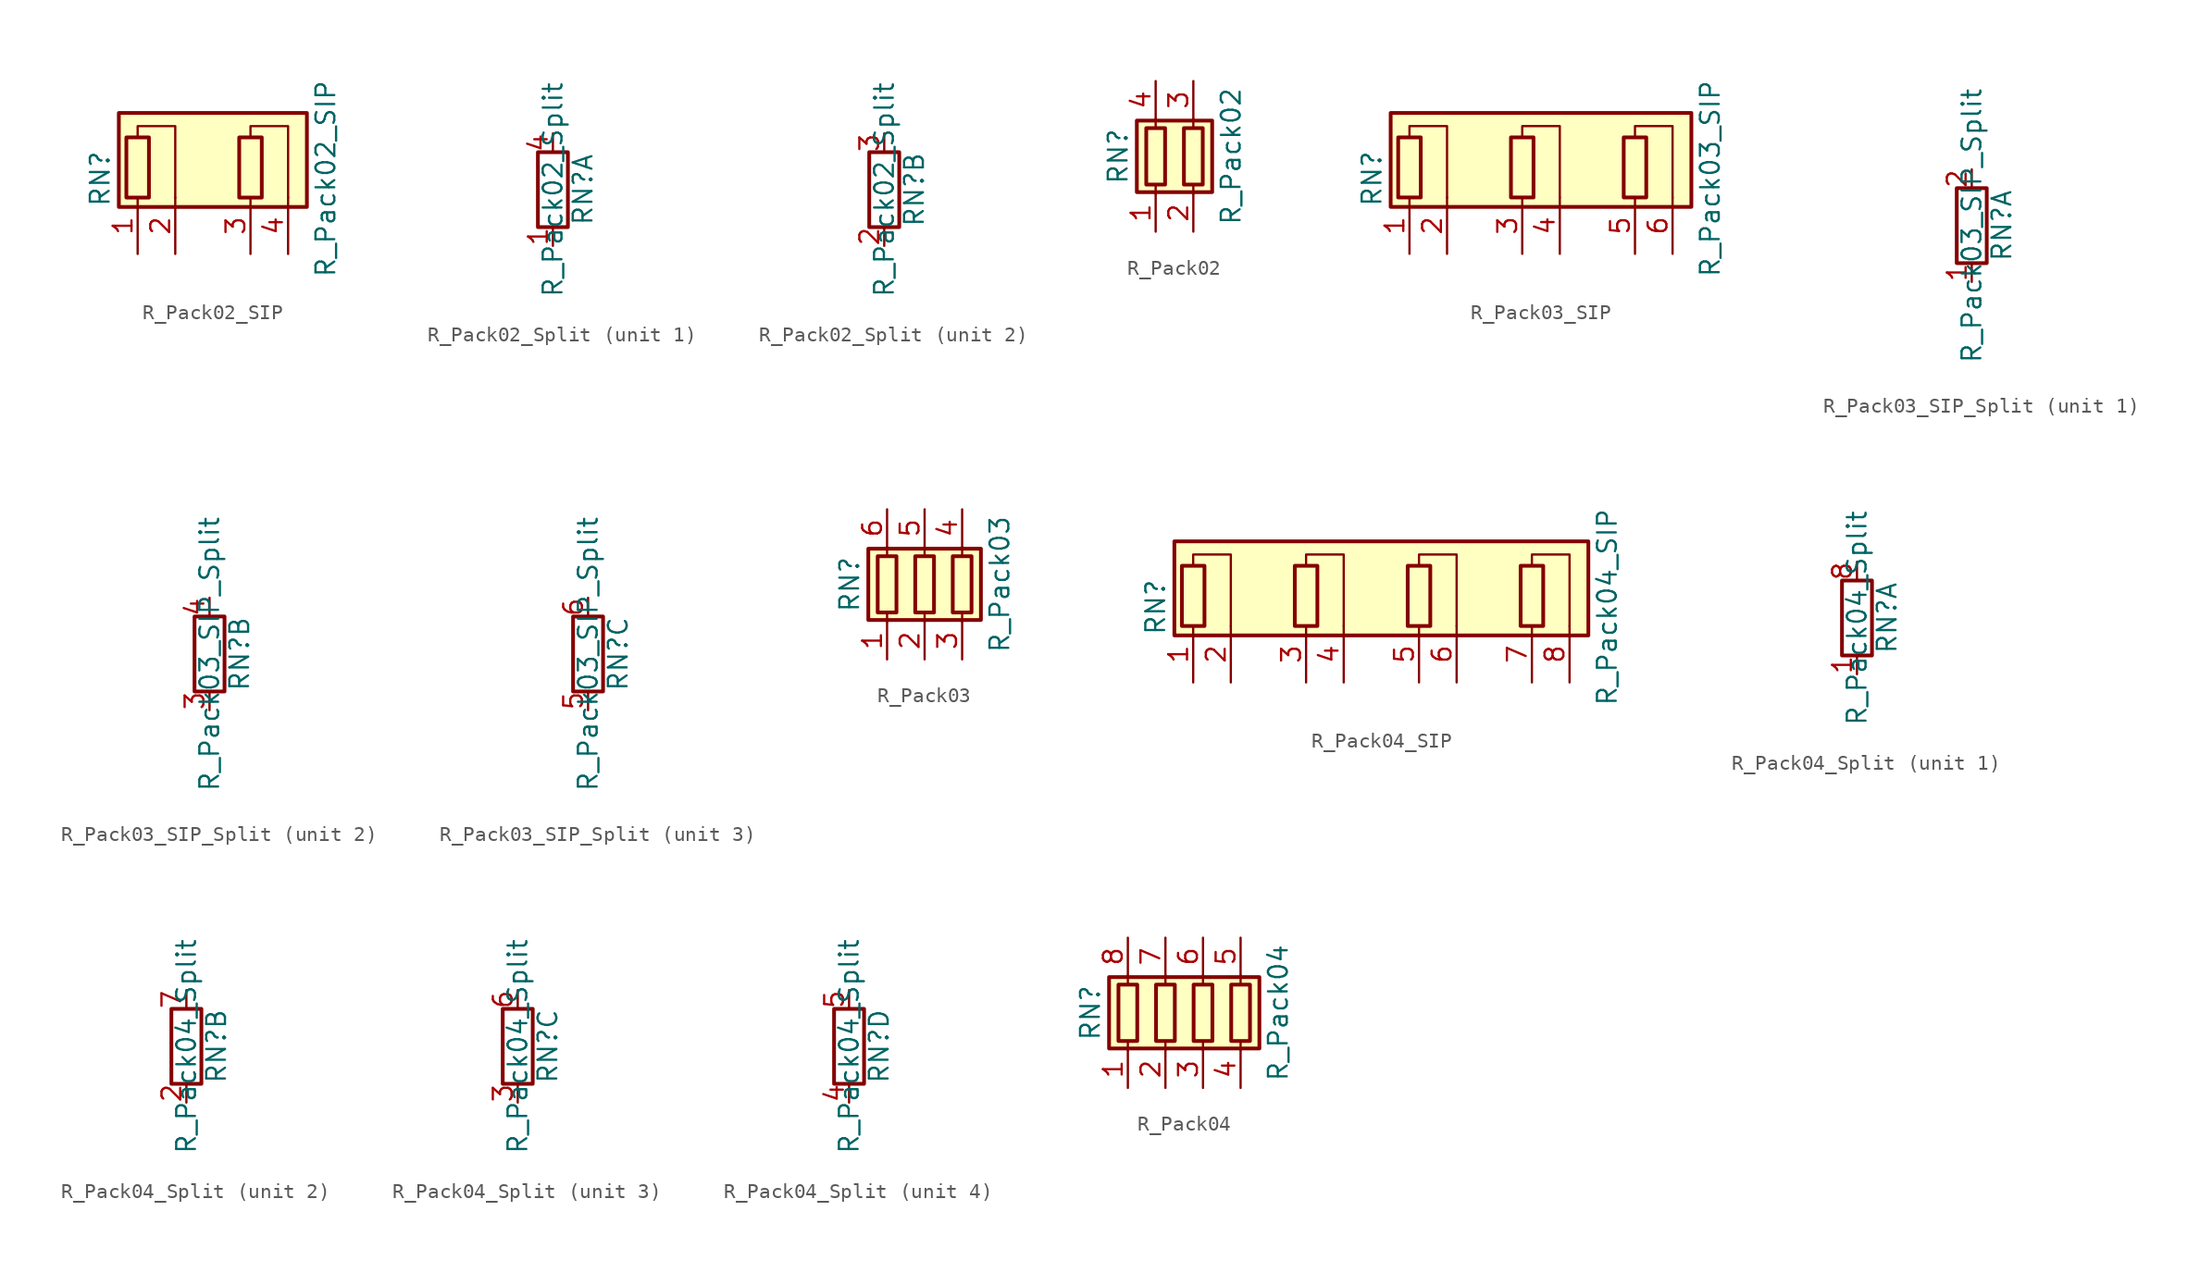
<source format=kicad_sym>
(kicad_symbol_lib
  (version 20211014)
  (generator kicad_symbol_editor)
  (symbol "R_Pack02_SIP"
    (pin_names
      (offset 0) hide)
    (property "Reference" "RN"
      (at -7.62 0 90)
      (effects (font (size 1.27 1.27))))
    (property "Value" "R_Pack02_SIP"
      (at 7.62 0 90)
      (effects (font (size 1.27 1.27))))
    (symbol "R_Pack02_SIP_0_1"
      (rectangle (start -6.35 -1.905) (end 6.35 4.445) (stroke (width 0.254) (type default) (color 0 0 0 0)) (fill (type background)))
      (rectangle (start -5.842 2.794) (end -4.318 -1.27) (stroke (width 0.254) (type default) (color 0 0 0 0)) (fill (type none)))
      (polyline (pts (xy -5.08 2.794) (xy -5.08 3.556) (xy -2.54 3.556) (xy -2.54 -1.27)) (stroke (width 0) (type default) (color 0 0 0 0)) (fill (type none)))
      (polyline (pts (xy 2.54 2.794) (xy 2.54 3.556) (xy 5.08 3.556) (xy 5.08 -1.27)) (stroke (width 0) (type default) (color 0 0 0 0)) (fill (type none)))
      (rectangle (start 1.778 2.794) (end 3.302 -1.27) (stroke (width 0.254) (type default) (color 0 0 0 0)) (fill (type none))))
    (symbol "R_Pack02_SIP_1_1"
      (pin passive line (at -5.08 -5.08 90) (length 3.81) (name "R1.1" (effects (font (size 1.27 1.27)))) (number "1" (effects (font (size 1.27 1.27)))))
      (pin passive line (at -2.54 -5.08 90) (length 3.81) (name "R1.2" (effects (font (size 1.27 1.27)))) (number "2" (effects (font (size 1.27 1.27)))))
      (pin passive line (at 2.54 -5.08 90) (length 3.81) (name "R2.1" (effects (font (size 1.27 1.27)))) (number "3" (effects (font (size 1.27 1.27)))))
      (pin passive line (at 5.08 -5.08 90) (length 3.81) (name "R2.2" (effects (font (size 1.27 1.27)))) (number "4" (effects (font (size 1.27 1.27)))))))
  (symbol "R_Pack02_Split"
    (pin_names
      (offset 0) hide)
    (property "Reference" "RN"
      (at 2.032 0 90)
      (effects (font (size 1.27 1.27))))
    (property "Value" "R_Pack02_Split"
      (at 0 0 90)
      (effects (font (size 1.27 1.27))))
    (symbol "R_Pack02_Split_0_1"
      (rectangle (start 1.016 2.54) (end -1.016 -2.54) (stroke (width 0.254) (type default) (color 0 0 0 0)) (fill (type none))))
    (symbol "R_Pack02_Split_1_1"
      (pin passive line (at 0 -3.81 90) (length 1.27) (name "R1.1" (effects (font (size 1.27 1.27)))) (number "1" (effects (font (size 1.27 1.27)))))
      (pin passive line (at 0 3.81 270) (length 1.27) (name "R1.2" (effects (font (size 1.27 1.27)))) (number "4" (effects (font (size 1.27 1.27))))))
    (symbol "R_Pack02_Split_2_1"
      (pin passive line (at 0 -3.81 90) (length 1.27) (name "R2.1" (effects (font (size 1.27 1.27)))) (number "2" (effects (font (size 1.27 1.27)))))
      (pin passive line (at 0 3.81 270) (length 1.27) (name "R2.2" (effects (font (size 1.27 1.27)))) (number "3" (effects (font (size 1.27 1.27)))))))
  (symbol "R_Pack02"
    (pin_names
      (offset 0) hide)
    (property "Reference" "RN"
      (at -5.08 0 90)
      (effects (font (size 1.27 1.27))))
    (property "Value" "R_Pack02"
      (at 2.54 0 90)
      (effects (font (size 1.27 1.27))))
    (symbol "R_Pack02_0_1"
      (rectangle (start -3.81 -2.413) (end 1.27 2.413) (stroke (width 0.254) (type default) (color 0 0 0 0)) (fill (type background)))
      (rectangle (start -3.175 1.905) (end -1.905 -1.905) (stroke (width 0.254) (type default) (color 0 0 0 0)) (fill (type none)))
      (rectangle (start -0.635 1.905) (end 0.635 -1.905) (stroke (width 0.254) (type default) (color 0 0 0 0)) (fill (type none)))
      (polyline (pts (xy -2.54 -2.54) (xy -2.54 -1.905)) (stroke (width 0) (type default) (color 0 0 0 0)) (fill (type none)))
      (polyline (pts (xy -2.54 1.905) (xy -2.54 2.54)) (stroke (width 0) (type default) (color 0 0 0 0)) (fill (type none)))
      (polyline (pts (xy 0 -2.54) (xy 0 -1.905)) (stroke (width 0) (type default) (color 0 0 0 0)) (fill (type none)))
      (polyline (pts (xy 0 1.905) (xy 0 2.54)) (stroke (width 0) (type default) (color 0 0 0 0)) (fill (type none))))
    (symbol "R_Pack02_1_1"
      (pin passive line (at -2.54 -5.08 90) (length 2.54) (name "R1.1" (effects (font (size 1.27 1.27)))) (number "1" (effects (font (size 1.27 1.27)))))
      (pin passive line (at 0 -5.08 90) (length 2.54) (name "R2.1" (effects (font (size 1.27 1.27)))) (number "2" (effects (font (size 1.27 1.27)))))
      (pin passive line (at 0 5.08 270) (length 2.54) (name "R2.2" (effects (font (size 1.27 1.27)))) (number "3" (effects (font (size 1.27 1.27)))))
      (pin passive line (at -2.54 5.08 270) (length 2.54) (name "R1.2" (effects (font (size 1.27 1.27)))) (number "4" (effects (font (size 1.27 1.27)))))))
  (symbol "R_Pack03_SIP"
    (pin_names
      (offset 0) hide)
    (property "Reference" "RN"
      (at -10.16 0 90)
      (effects (font (size 1.27 1.27))))
    (property "Value" "R_Pack03_SIP"
      (at 12.7 0 90)
      (effects (font (size 1.27 1.27))))
    (symbol "R_Pack03_SIP_0_1"
      (rectangle (start -8.89 -1.905) (end 11.43 4.445) (stroke (width 0.254) (type default) (color 0 0 0 0)) (fill (type background)))
      (rectangle (start -8.382 2.794) (end -6.858 -1.27) (stroke (width 0.254) (type default) (color 0 0 0 0)) (fill (type none)))
      (rectangle (start -0.762 2.794) (end 0.762 -1.27) (stroke (width 0.254) (type default) (color 0 0 0 0)) (fill (type none)))
      (polyline (pts (xy -7.62 2.794) (xy -7.62 3.556) (xy -5.08 3.556) (xy -5.08 -1.27)) (stroke (width 0) (type default) (color 0 0 0 0)) (fill (type none)))
      (polyline (pts (xy 0 2.794) (xy 0 3.556) (xy 2.54 3.556) (xy 2.54 -1.27)) (stroke (width 0) (type default) (color 0 0 0 0)) (fill (type none)))
      (polyline (pts (xy 7.62 2.794) (xy 7.62 3.556) (xy 10.16 3.556) (xy 10.16 -1.27)) (stroke (width 0) (type default) (color 0 0 0 0)) (fill (type none)))
      (rectangle (start 6.858 2.794) (end 8.382 -1.27) (stroke (width 0.254) (type default) (color 0 0 0 0)) (fill (type none))))
    (symbol "R_Pack03_SIP_1_1"
      (pin passive line (at -7.62 -5.08 90) (length 3.81) (name "R1.1" (effects (font (size 1.27 1.27)))) (number "1" (effects (font (size 1.27 1.27)))))
      (pin passive line (at -5.08 -5.08 90) (length 3.81) (name "R1.2" (effects (font (size 1.27 1.27)))) (number "2" (effects (font (size 1.27 1.27)))))
      (pin passive line (at 0 -5.08 90) (length 3.81) (name "R2.1" (effects (font (size 1.27 1.27)))) (number "3" (effects (font (size 1.27 1.27)))))
      (pin passive line (at 2.54 -5.08 90) (length 3.81) (name "R2.2" (effects (font (size 1.27 1.27)))) (number "4" (effects (font (size 1.27 1.27)))))
      (pin passive line (at 7.62 -5.08 90) (length 3.81) (name "R3.1" (effects (font (size 1.27 1.27)))) (number "5" (effects (font (size 1.27 1.27)))))
      (pin passive line (at 10.16 -5.08 90) (length 3.81) (name "R3.2" (effects (font (size 1.27 1.27)))) (number "6" (effects (font (size 1.27 1.27)))))))
  (symbol "R_Pack03_SIP_Split"
    (pin_names
      (offset 0) hide)
    (property "Reference" "RN"
      (at 2.032 0 90)
      (effects (font (size 1.27 1.27))))
    (property "Value" "R_Pack03_SIP_Split"
      (at 0 0 90)
      (effects (font (size 1.27 1.27))))
    (symbol "R_Pack03_SIP_Split_0_1"
      (rectangle (start 1.016 2.54) (end -1.016 -2.54) (stroke (width 0.254) (type default) (color 0 0 0 0)) (fill (type none))))
    (symbol "R_Pack03_SIP_Split_1_1"
      (pin passive line (at 0 -3.81 90) (length 1.27) (name "R1.1" (effects (font (size 1.27 1.27)))) (number "1" (effects (font (size 1.27 1.27)))))
      (pin passive line (at 0 3.81 270) (length 1.27) (name "R1.2" (effects (font (size 1.27 1.27)))) (number "2" (effects (font (size 1.27 1.27))))))
    (symbol "R_Pack03_SIP_Split_2_1"
      (pin passive line (at 0 -3.81 90) (length 1.27) (name "R2.1" (effects (font (size 1.27 1.27)))) (number "3" (effects (font (size 1.27 1.27)))))
      (pin passive line (at 0 3.81 270) (length 1.27) (name "R2.2" (effects (font (size 1.27 1.27)))) (number "4" (effects (font (size 1.27 1.27))))))
    (symbol "R_Pack03_SIP_Split_3_1"
      (pin passive line (at 0 -3.81 90) (length 1.27) (name "R3.1" (effects (font (size 1.27 1.27)))) (number "5" (effects (font (size 1.27 1.27)))))
      (pin passive line (at 0 3.81 270) (length 1.27) (name "R3.2" (effects (font (size 1.27 1.27)))) (number "6" (effects (font (size 1.27 1.27)))))))
  (symbol "R_Pack03"
    (pin_names
      (offset 0) hide)
    (property "Reference" "RN"
      (at -5.08 0 90)
      (effects (font (size 1.27 1.27))))
    (property "Value" "R_Pack03"
      (at 5.08 0 90)
      (effects (font (size 1.27 1.27))))
    (symbol "R_Pack03_0_1"
      (rectangle (start -3.81 -2.413) (end 3.81 2.413) (stroke (width 0.254) (type default) (color 0 0 0 0)) (fill (type background)))
      (rectangle (start -3.175 1.905) (end -1.905 -1.905) (stroke (width 0.254) (type default) (color 0 0 0 0)) (fill (type none)))
      (rectangle (start -0.635 1.905) (end 0.635 -1.905) (stroke (width 0.254) (type default) (color 0 0 0 0)) (fill (type none)))
      (polyline (pts (xy -2.54 -2.54) (xy -2.54 -1.905)) (stroke (width 0) (type default) (color 0 0 0 0)) (fill (type none)))
      (polyline (pts (xy -2.54 1.905) (xy -2.54 2.54)) (stroke (width 0) (type default) (color 0 0 0 0)) (fill (type none)))
      (polyline (pts (xy 0 -2.54) (xy 0 -1.905)) (stroke (width 0) (type default) (color 0 0 0 0)) (fill (type none)))
      (polyline (pts (xy 0 1.905) (xy 0 2.54)) (stroke (width 0) (type default) (color 0 0 0 0)) (fill (type none)))
      (polyline (pts (xy 2.54 -2.54) (xy 2.54 -1.905)) (stroke (width 0) (type default) (color 0 0 0 0)) (fill (type none)))
      (polyline (pts (xy 2.54 1.905) (xy 2.54 2.54)) (stroke (width 0) (type default) (color 0 0 0 0)) (fill (type none)))
      (rectangle (start 1.905 1.905) (end 3.175 -1.905) (stroke (width 0.254) (type default) (color 0 0 0 0)) (fill (type none))))
    (symbol "R_Pack03_1_1"
      (pin passive line (at -2.54 -5.08 90) (length 2.54) (name "R1.1" (effects (font (size 1.27 1.27)))) (number "1" (effects (font (size 1.27 1.27)))))
      (pin passive line (at 0 -5.08 90) (length 2.54) (name "R2.1" (effects (font (size 1.27 1.27)))) (number "2" (effects (font (size 1.27 1.27)))))
      (pin passive line (at 2.54 -5.08 90) (length 2.54) (name "R3.1" (effects (font (size 1.27 1.27)))) (number "3" (effects (font (size 1.27 1.27)))))
      (pin passive line (at 2.54 5.08 270) (length 2.54) (name "R3.2" (effects (font (size 1.27 1.27)))) (number "4" (effects (font (size 1.27 1.27)))))
      (pin passive line (at 0 5.08 270) (length 2.54) (name "R2.2" (effects (font (size 1.27 1.27)))) (number "5" (effects (font (size 1.27 1.27)))))
      (pin passive line (at -2.54 5.08 270) (length 2.54) (name "R1.2" (effects (font (size 1.27 1.27)))) (number "6" (effects (font (size 1.27 1.27)))))))
  (symbol "R_Pack04_SIP"
    (pin_names
      (offset 0) hide)
    (property "Reference" "RN"
      (at -15.24 0 90)
      (effects (font (size 1.27 1.27))))
    (property "Value" "R_Pack04_SIP"
      (at 15.24 0 90)
      (effects (font (size 1.27 1.27))))
    (symbol "R_Pack04_SIP_0_1"
      (rectangle (start -13.97 -1.905) (end 13.97 4.445) (stroke (width 0.254) (type default) (color 0 0 0 0)) (fill (type background)))
      (rectangle (start -13.462 2.794) (end -11.938 -1.27) (stroke (width 0.254) (type default) (color 0 0 0 0)) (fill (type none)))
      (rectangle (start -5.842 2.794) (end -4.318 -1.27) (stroke (width 0.254) (type default) (color 0 0 0 0)) (fill (type none)))
      (polyline (pts (xy -12.7 2.794) (xy -12.7 3.556) (xy -10.16 3.556) (xy -10.16 -1.27)) (stroke (width 0) (type default) (color 0 0 0 0)) (fill (type none)))
      (polyline (pts (xy -5.08 2.794) (xy -5.08 3.556) (xy -2.54 3.556) (xy -2.54 -1.27)) (stroke (width 0) (type default) (color 0 0 0 0)) (fill (type none)))
      (polyline (pts (xy 2.54 2.794) (xy 2.54 3.556) (xy 5.08 3.556) (xy 5.08 -1.27)) (stroke (width 0) (type default) (color 0 0 0 0)) (fill (type none)))
      (polyline (pts (xy 10.16 2.794) (xy 10.16 3.556) (xy 12.7 3.556) (xy 12.7 -1.27)) (stroke (width 0) (type default) (color 0 0 0 0)) (fill (type none)))
      (rectangle (start 1.778 2.794) (end 3.302 -1.27) (stroke (width 0.254) (type default) (color 0 0 0 0)) (fill (type none)))
      (rectangle (start 9.398 2.794) (end 10.922 -1.27) (stroke (width 0.254) (type default) (color 0 0 0 0)) (fill (type none))))
    (symbol "R_Pack04_SIP_1_1"
      (pin passive line (at -12.7 -5.08 90) (length 3.81) (name "R1.1" (effects (font (size 1.27 1.27)))) (number "1" (effects (font (size 1.27 1.27)))))
      (pin passive line (at -10.16 -5.08 90) (length 3.81) (name "R1.2" (effects (font (size 1.27 1.27)))) (number "2" (effects (font (size 1.27 1.27)))))
      (pin passive line (at -5.08 -5.08 90) (length 3.81) (name "R2.1" (effects (font (size 1.27 1.27)))) (number "3" (effects (font (size 1.27 1.27)))))
      (pin passive line (at -2.54 -5.08 90) (length 3.81) (name "R2.2" (effects (font (size 1.27 1.27)))) (number "4" (effects (font (size 1.27 1.27)))))
      (pin passive line (at 2.54 -5.08 90) (length 3.81) (name "R3.1" (effects (font (size 1.27 1.27)))) (number "5" (effects (font (size 1.27 1.27)))))
      (pin passive line (at 5.08 -5.08 90) (length 3.81) (name "R3.2" (effects (font (size 1.27 1.27)))) (number "6" (effects (font (size 1.27 1.27)))))
      (pin passive line (at 10.16 -5.08 90) (length 3.81) (name "R4.1" (effects (font (size 1.27 1.27)))) (number "7" (effects (font (size 1.27 1.27)))))
      (pin passive line (at 12.7 -5.08 90) (length 3.81) (name "R4.2" (effects (font (size 1.27 1.27)))) (number "8" (effects (font (size 1.27 1.27)))))))
  (symbol "R_Pack04_Split"
    (pin_names
      (offset 0) hide)
    (property "Reference" "RN"
      (at 2.032 0 90)
      (effects (font (size 1.27 1.27))))
    (property "Value" "R_Pack04_Split"
      (at 0 0 90)
      (effects (font (size 1.27 1.27))))
    (symbol "R_Pack04_Split_0_1"
      (rectangle (start 1.016 2.54) (end -1.016 -2.54) (stroke (width 0.254) (type default) (color 0 0 0 0)) (fill (type none))))
    (symbol "R_Pack04_Split_1_1"
      (pin passive line (at 0 -3.81 90) (length 1.27) (name "R1.1" (effects (font (size 1.27 1.27)))) (number "1" (effects (font (size 1.27 1.27)))))
      (pin passive line (at 0 3.81 270) (length 1.27) (name "R1.2" (effects (font (size 1.27 1.27)))) (number "8" (effects (font (size 1.27 1.27))))))
    (symbol "R_Pack04_Split_2_1"
      (pin passive line (at 0 -3.81 90) (length 1.27) (name "R2.1" (effects (font (size 1.27 1.27)))) (number "2" (effects (font (size 1.27 1.27)))))
      (pin passive line (at 0 3.81 270) (length 1.27) (name "R2.2" (effects (font (size 1.27 1.27)))) (number "7" (effects (font (size 1.27 1.27))))))
    (symbol "R_Pack04_Split_3_1"
      (pin passive line (at 0 -3.81 90) (length 1.27) (name "R3.1" (effects (font (size 1.27 1.27)))) (number "3" (effects (font (size 1.27 1.27)))))
      (pin passive line (at 0 3.81 270) (length 1.27) (name "R3.2" (effects (font (size 1.27 1.27)))) (number "6" (effects (font (size 1.27 1.27))))))
    (symbol "R_Pack04_Split_4_1"
      (pin passive line (at 0 -3.81 90) (length 1.27) (name "R4.1" (effects (font (size 1.27 1.27)))) (number "4" (effects (font (size 1.27 1.27)))))
      (pin passive line (at 0 3.81 270) (length 1.27) (name "R4.2" (effects (font (size 1.27 1.27)))) (number "5" (effects (font (size 1.27 1.27)))))))
  (symbol "R_Pack04"
    (pin_names
      (offset 0) hide)
    (property "Reference" "RN"
      (at -7.62 0 90)
      (effects (font (size 1.27 1.27))))
    (property "Value" "R_Pack04"
      (at 5.08 0 90)
      (effects (font (size 1.27 1.27))))
    (symbol "R_Pack04_0_1"
      (rectangle (start -6.35 -2.413) (end 3.81 2.413) (stroke (width 0.254) (type default) (color 0 0 0 0)) (fill (type background)))
      (rectangle (start -5.715 1.905) (end -4.445 -1.905) (stroke (width 0.254) (type default) (color 0 0 0 0)) (fill (type none)))
      (rectangle (start -3.175 1.905) (end -1.905 -1.905) (stroke (width 0.254) (type default) (color 0 0 0 0)) (fill (type none)))
      (rectangle (start -0.635 1.905) (end 0.635 -1.905) (stroke (width 0.254) (type default) (color 0 0 0 0)) (fill (type none)))
      (polyline (pts (xy -5.08 -2.54) (xy -5.08 -1.905)) (stroke (width 0) (type default) (color 0 0 0 0)) (fill (type none)))
      (polyline (pts (xy -5.08 1.905) (xy -5.08 2.54)) (stroke (width 0) (type default) (color 0 0 0 0)) (fill (type none)))
      (polyline (pts (xy -2.54 -2.54) (xy -2.54 -1.905)) (stroke (width 0) (type default) (color 0 0 0 0)) (fill (type none)))
      (polyline (pts (xy -2.54 1.905) (xy -2.54 2.54)) (stroke (width 0) (type default) (color 0 0 0 0)) (fill (type none)))
      (polyline (pts (xy 0 -2.54) (xy 0 -1.905)) (stroke (width 0) (type default) (color 0 0 0 0)) (fill (type none)))
      (polyline (pts (xy 0 1.905) (xy 0 2.54)) (stroke (width 0) (type default) (color 0 0 0 0)) (fill (type none)))
      (polyline (pts (xy 2.54 -2.54) (xy 2.54 -1.905)) (stroke (width 0) (type default) (color 0 0 0 0)) (fill (type none)))
      (polyline (pts (xy 2.54 1.905) (xy 2.54 2.54)) (stroke (width 0) (type default) (color 0 0 0 0)) (fill (type none)))
      (rectangle (start 1.905 1.905) (end 3.175 -1.905) (stroke (width 0.254) (type default) (color 0 0 0 0)) (fill (type none))))
    (symbol "R_Pack04_1_1"
      (pin passive line (at -5.08 -5.08 90) (length 2.54) (name "R1.1" (effects (font (size 1.27 1.27)))) (number "1" (effects (font (size 1.27 1.27)))))
      (pin passive line (at -2.54 -5.08 90) (length 2.54) (name "R2.1" (effects (font (size 1.27 1.27)))) (number "2" (effects (font (size 1.27 1.27)))))
      (pin passive line (at 0 -5.08 90) (length 2.54) (name "R3.1" (effects (font (size 1.27 1.27)))) (number "3" (effects (font (size 1.27 1.27)))))
      (pin passive line (at 2.54 -5.08 90) (length 2.54) (name "R4.1" (effects (font (size 1.27 1.27)))) (number "4" (effects (font (size 1.27 1.27)))))
      (pin passive line (at 2.54 5.08 270) (length 2.54) (name "R4.2" (effects (font (size 1.27 1.27)))) (number "5" (effects (font (size 1.27 1.27)))))
      (pin passive line (at 0 5.08 270) (length 2.54) (name "R3.2" (effects (font (size 1.27 1.27)))) (number "6" (effects (font (size 1.27 1.27)))))
      (pin passive line (at -2.54 5.08 270) (length 2.54) (name "R2.2" (effects (font (size 1.27 1.27)))) (number "7" (effects (font (size 1.27 1.27)))))
      (pin passive line (at -5.08 5.08 270) (length 2.54) (name "R1.2" (effects (font (size 1.27 1.27)))) (number "8" (effects (font (size 1.27 1.27))))))))
</source>
